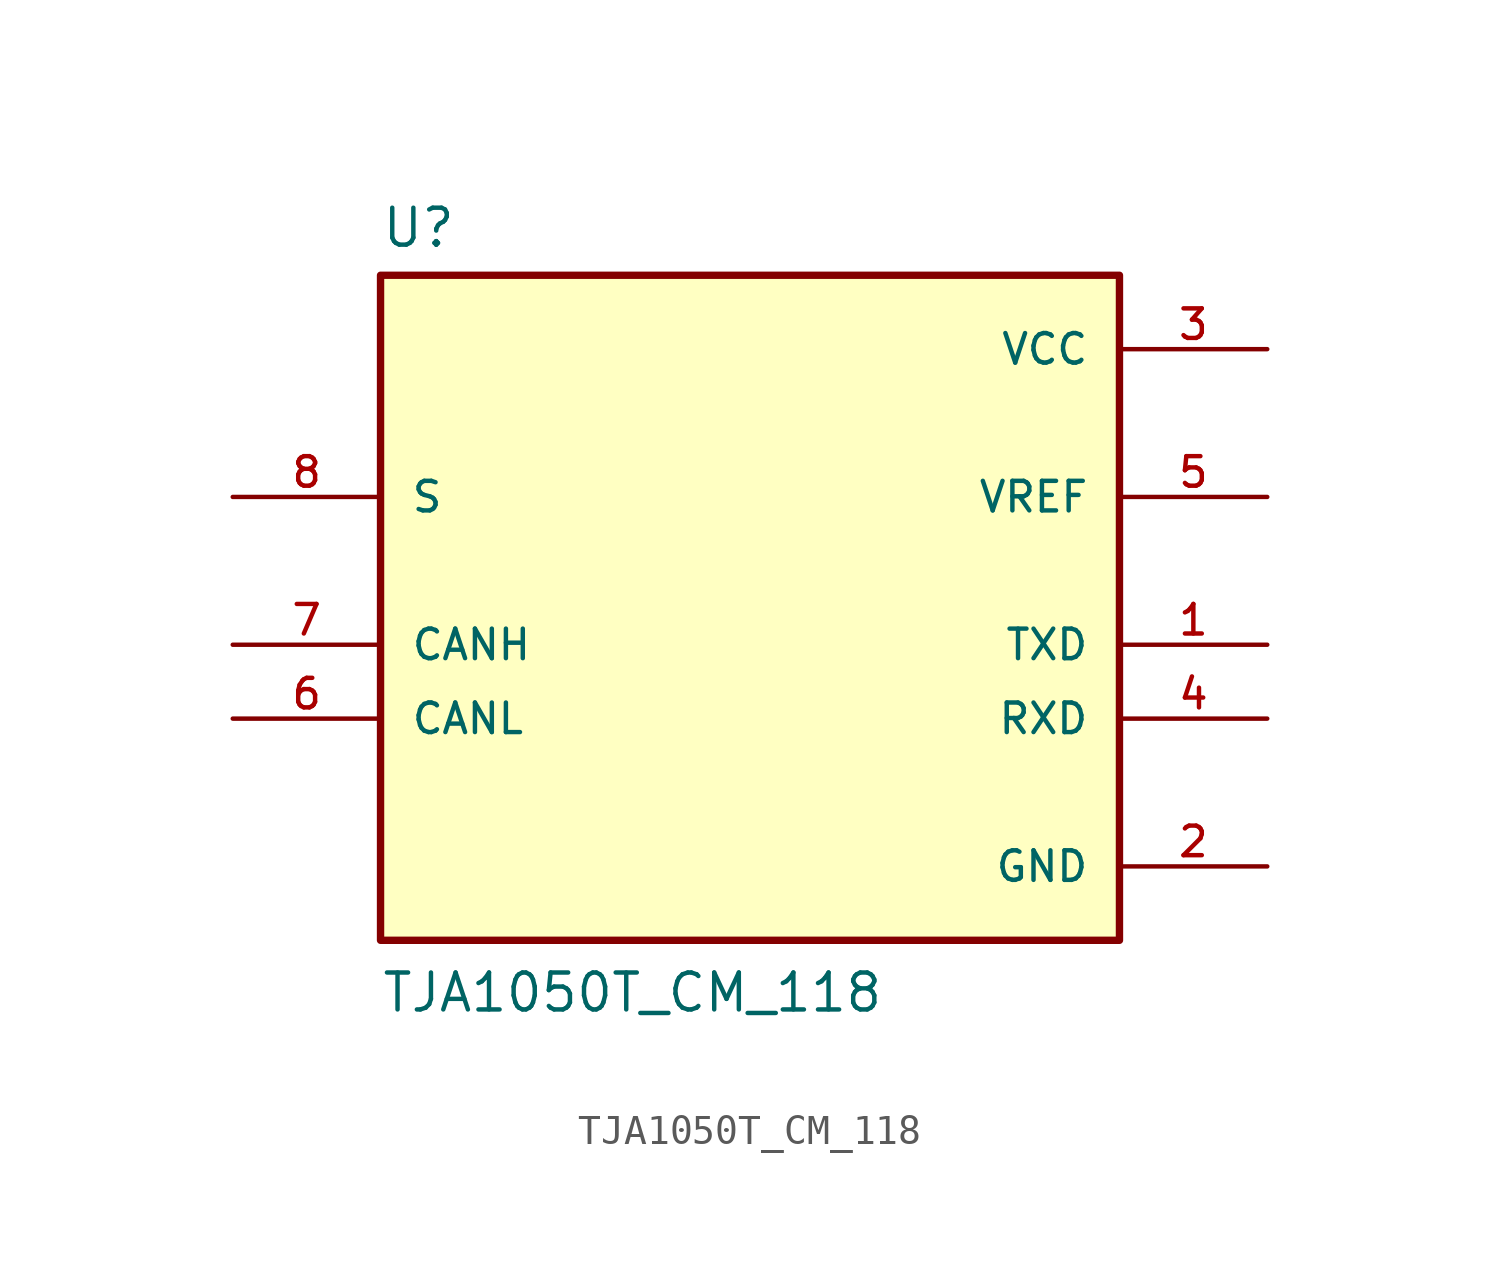
<source format=kicad_sym>
(kicad_symbol_lib
  (version 20241209)
  (generator "kicad_symbol_editor")
  (generator_version "9.0")
  (symbol "TJA1050T_CM_118"
    (pin_names
      (offset 1.016))
    (property "Reference" "U"
      (at -12.7 11.049 0)
      (effects (font (size 1.27 1.27)) (justify left bottom)))
    (property "Value" "TJA1050T_CM_118"
      (at -12.7 -15.24 0)
      (effects (font (size 1.27 1.27)) (justify left bottom)))
    (symbol "TJA1050T_CM_118_0_0"
      (rectangle (start -12.7 -12.7) (end 12.7 10.16) (stroke (width 0.254) (type default)) (fill (type background)))
      (pin input line (at -17.78 2.54 0) (length 5.08) (name "S" (effects (font (size 1.016 1.016)))) (number "8" (effects (font (size 1.016 1.016)))))
      (pin bidirectional line (at -17.78 -2.54 0) (length 5.08) (name "CANH" (effects (font (size 1.016 1.016)))) (number "7" (effects (font (size 1.016 1.016)))))
      (pin bidirectional line (at -17.78 -5.08 0) (length 5.08) (name "CANL" (effects (font (size 1.016 1.016)))) (number "6" (effects (font (size 1.016 1.016)))))
      (pin power_in line (at 17.78 7.62 180) (length 5.08) (name "VCC" (effects (font (size 1.016 1.016)))) (number "3" (effects (font (size 1.016 1.016)))))
      (pin output line (at 17.78 2.54 180) (length 5.08) (name "VREF" (effects (font (size 1.016 1.016)))) (number "5" (effects (font (size 1.016 1.016)))))
      (pin input line (at 17.78 -2.54 180) (length 5.08) (name "TXD" (effects (font (size 1.016 1.016)))) (number "1" (effects (font (size 1.016 1.016)))))
      (pin output line (at 17.78 -5.08 180) (length 5.08) (name "RXD" (effects (font (size 1.016 1.016)))) (number "4" (effects (font (size 1.016 1.016)))))
      (pin power_in line (at 17.78 -10.16 180) (length 5.08) (name "GND" (effects (font (size 1.016 1.016)))) (number "2" (effects (font (size 1.016 1.016))))))))
</source>
